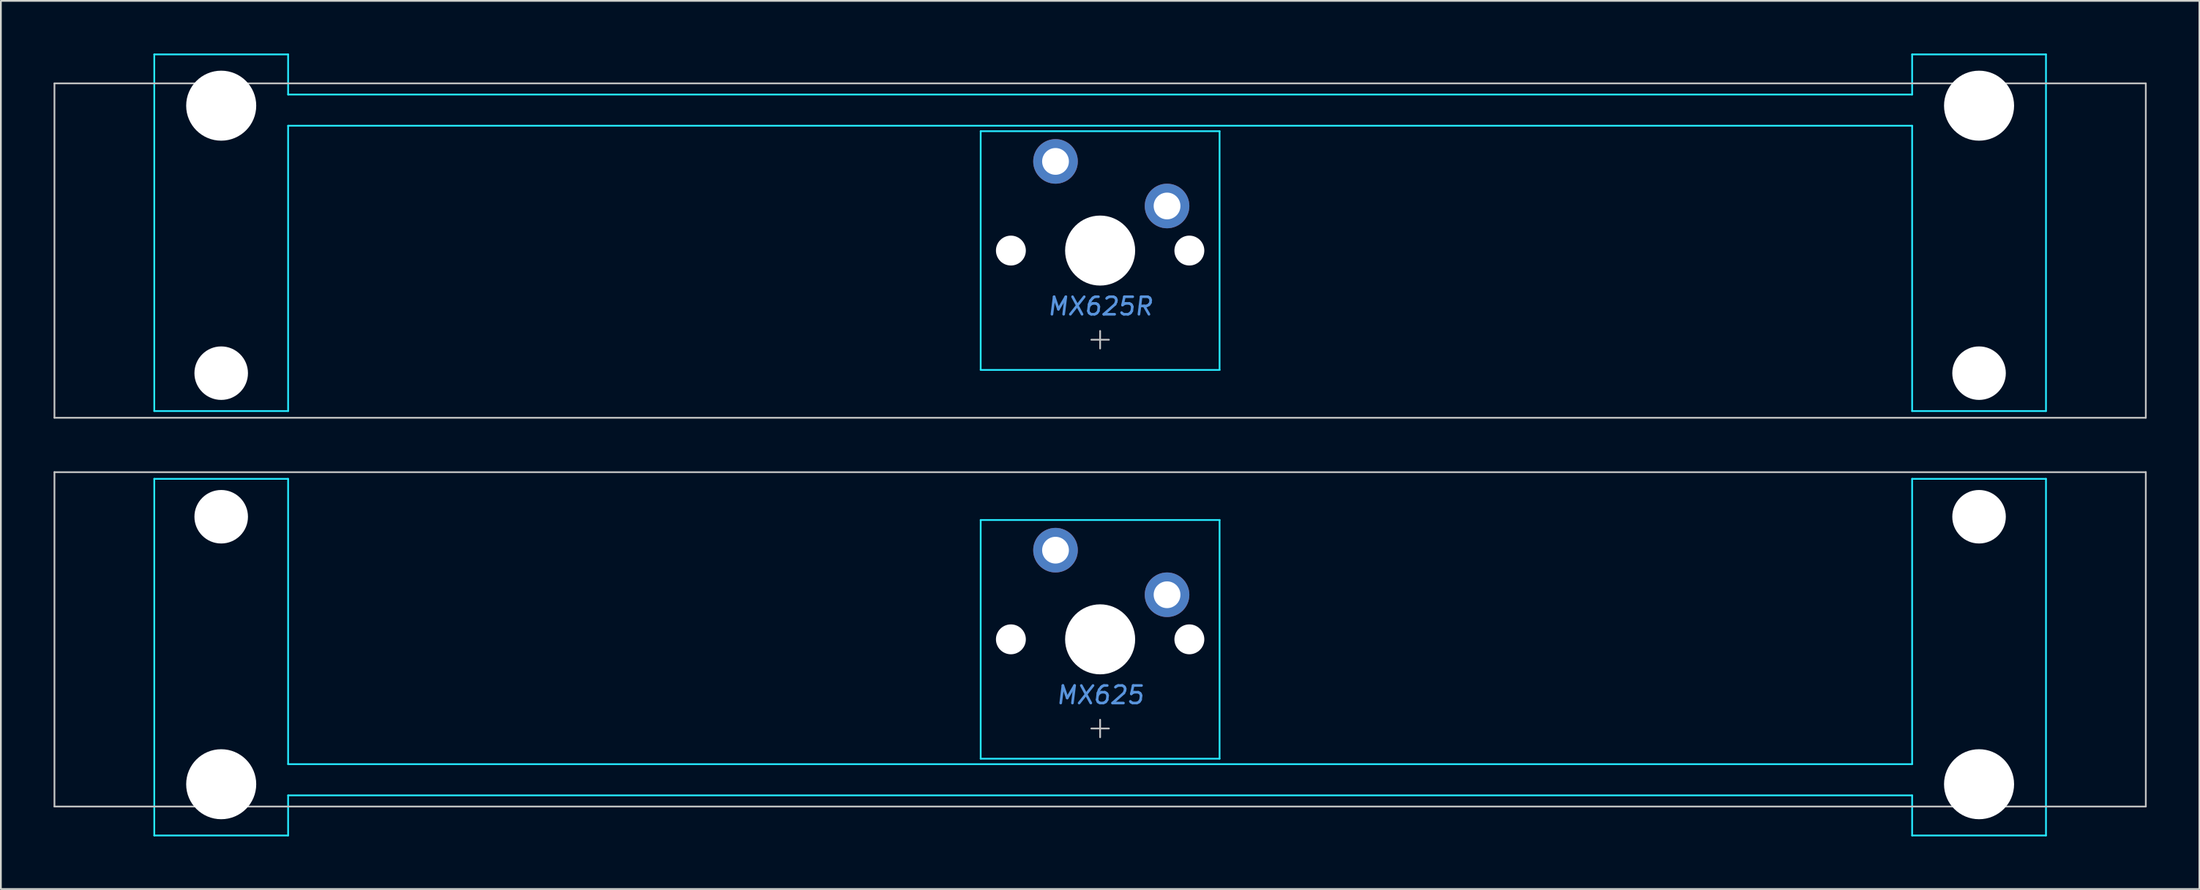
<source format=kicad_pcb>
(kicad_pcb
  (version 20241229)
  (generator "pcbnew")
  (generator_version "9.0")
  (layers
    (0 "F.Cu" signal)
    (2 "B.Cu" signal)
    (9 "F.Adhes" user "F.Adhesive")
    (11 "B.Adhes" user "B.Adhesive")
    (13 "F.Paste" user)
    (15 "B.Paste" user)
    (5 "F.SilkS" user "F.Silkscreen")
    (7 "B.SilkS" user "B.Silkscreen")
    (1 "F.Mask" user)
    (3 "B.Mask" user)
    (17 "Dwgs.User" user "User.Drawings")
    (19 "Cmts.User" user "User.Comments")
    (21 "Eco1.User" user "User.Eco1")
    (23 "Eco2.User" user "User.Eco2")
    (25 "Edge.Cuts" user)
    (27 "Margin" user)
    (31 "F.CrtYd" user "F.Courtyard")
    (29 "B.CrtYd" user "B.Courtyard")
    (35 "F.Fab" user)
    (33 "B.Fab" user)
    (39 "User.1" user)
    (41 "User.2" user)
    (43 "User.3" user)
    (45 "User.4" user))
  (footprint "MX625"
    (layer "F.Cu")
    (at 59.581 33.376)
    (property "Reference" "MX625" (at 0 3.175 0) (layer "Cmts.User") (effects (font (size 1 1) (thickness 0.15) (italic yes))))
    (attr through_hole)
    (fp_line (start -59.531 -9.525) (end -59.531 9.525) (stroke (width 0.1) (type solid)) (layer "Dwgs.User"))
    (fp_line (start -59.531 -9.525) (end 59.531 -9.525) (stroke (width 0.1) (type solid)) (layer "Dwgs.User"))
    (fp_line (start -59.531 9.525) (end 59.531 9.525) (stroke (width 0.1) (type solid)) (layer "Dwgs.User"))
    (fp_line (start -0.5 5.08) (end 0.5 5.08) (stroke (width 0.1) (type solid)) (layer "Dwgs.User"))
    (fp_line (start 0 5.58) (end 0 4.58) (stroke (width 0.1) (type solid)) (layer "Dwgs.User"))
    (fp_line (start 59.531 -9.525) (end 59.531 9.525) (stroke (width 0.1) (type solid)) (layer "Dwgs.User"))
    (fp_line (start -53.538 -5.485) (end -53.538 8.515) (stroke (width 0.1) (type solid)) (layer "Eco1.User"))
    (fp_line (start -53.038 -5.985) (end -47.038 -5.985) (stroke (width 0.1) (type solid)) (layer "Eco1.User"))
    (fp_line (start -47.038 9.015) (end -53.038 9.015) (stroke (width 0.1) (type solid)) (layer "Eco1.User"))
    (fp_line (start -46.538 8.515) (end -46.538 -5.485) (stroke (width 0.1) (type solid)) (layer "Eco1.User"))
    (fp_line (start -7 -6.5) (end -7 6.5) (stroke (width 0.1) (type solid)) (layer "Eco1.User"))
    (fp_line (start -6.5 7) (end 6.5 7) (stroke (width 0.1) (type solid)) (layer "Eco1.User"))
    (fp_line (start 6.5 -7) (end -6.5 -7) (stroke (width 0.1) (type solid)) (layer "Eco1.User"))
    (fp_line (start 7 6.5) (end 7 -6.5) (stroke (width 0.1) (type solid)) (layer "Eco1.User"))
    (fp_line (start 46.538 -5.485) (end 46.538 8.515) (stroke (width 0.1) (type solid)) (layer "Eco1.User"))
    (fp_line (start 47.038 -5.985) (end 53.038 -5.985) (stroke (width 0.1) (type solid)) (layer "Eco1.User"))
    (fp_line (start 53.038 9.015) (end 47.038 9.015) (stroke (width 0.1) (type solid)) (layer "Eco1.User"))
    (fp_line (start 53.538 8.515) (end 53.538 -5.485) (stroke (width 0.1) (type solid)) (layer "Eco1.User"))
    (fp_arc (start -53.538 -5.485) (mid -53.391553 -5.838553) (end -53.038 -5.985) (stroke (width 0.1) (type solid)) (layer "Eco1.User"))
    (fp_arc (start -53.038 9.015) (mid -53.391553 8.868553) (end -53.538 8.515) (stroke (width 0.1) (type solid)) (layer "Eco1.User"))
    (fp_arc (start -47.038 -5.985) (mid -46.684447 -5.838553) (end -46.538 -5.485) (stroke (width 0.1) (type solid)) (layer "Eco1.User"))
    (fp_arc (start -46.538 8.515) (mid -46.684447 8.868553) (end -47.038 9.015) (stroke (width 0.1) (type solid)) (layer "Eco1.User"))
    (fp_arc (start -7 -6.5) (mid -6.853553 -6.853553) (end -6.5 -7) (stroke (width 0.1) (type solid)) (layer "Eco1.User"))
    (fp_arc (start -6.5 7) (mid -6.853553 6.853553) (end -7 6.5) (stroke (width 0.1) (type solid)) (layer "Eco1.User"))
    (fp_arc (start 6.5 -7) (mid 6.853553 -6.853553) (end 7 -6.5) (stroke (width 0.1) (type solid)) (layer "Eco1.User"))
    (fp_arc (start 7 6.5) (mid 6.853553 6.853553) (end 6.5 7) (stroke (width 0.1) (type solid)) (layer "Eco1.User"))
    (fp_arc (start 46.538 -5.485) (mid 46.684447 -5.838553) (end 47.038 -5.985) (stroke (width 0.1) (type solid)) (layer "Eco1.User"))
    (fp_arc (start 47.038 9.015) (mid 46.684447 8.868553) (end 46.538 8.515) (stroke (width 0.1) (type solid)) (layer "Eco1.User"))
    (fp_arc (start 53.038 -5.985) (mid 53.391553 -5.838553) (end 53.538 -5.485) (stroke (width 0.1) (type solid)) (layer "Eco1.User"))
    (fp_arc (start 53.538 8.515) (mid 53.391553 8.868553) (end 53.038 9.015) (stroke (width 0.1) (type solid)) (layer "Eco1.User"))
    (fp_line (start -53.848 -9.144) (end -53.848 11.176) (stroke (width 0.1) (type solid)) (layer "B.CrtYd"))
    (fp_line (start -53.848 -9.144) (end -46.228 -9.144) (stroke (width 0.1) (type solid)) (layer "B.CrtYd"))
    (fp_line (start -53.848 11.176) (end -46.228 11.176) (stroke (width 0.1) (type solid)) (layer "B.CrtYd"))
    (fp_line (start -46.228 7.112) (end -46.228 -9.144) (stroke (width 0.1) (type solid)) (layer "B.CrtYd"))
    (fp_line (start -46.228 7.112) (end 46.228 7.112) (stroke (width 0.1) (type solid)) (layer "B.CrtYd"))
    (fp_line (start -46.228 8.89) (end -46.228 11.176) (stroke (width 0.1) (type solid)) (layer "B.CrtYd"))
    (fp_line (start -46.228 8.89) (end 46.228 8.89) (stroke (width 0.1) (type solid)) (layer "B.CrtYd"))
    (fp_line (start -6.8 -6.8) (end -6.8 6.8) (stroke (width 0.1) (type solid)) (layer "B.CrtYd"))
    (fp_line (start -6.8 -6.8) (end 6.8 -6.8) (stroke (width 0.1) (type solid)) (layer "B.CrtYd"))
    (fp_line (start -6.8 6.8) (end 6.8 6.8) (stroke (width 0.1) (type solid)) (layer "B.CrtYd"))
    (fp_line (start 6.8 6.8) (end 6.8 -6.8) (stroke (width 0.1) (type solid)) (layer "B.CrtYd"))
    (fp_line (start 46.228 -9.144) (end 53.848 -9.144) (stroke (width 0.1) (type solid)) (layer "B.CrtYd"))
    (fp_line (start 46.228 7.112) (end 46.228 -9.144) (stroke (width 0.1) (type solid)) (layer "B.CrtYd"))
    (fp_line (start 46.228 8.89) (end 46.228 11.176) (stroke (width 0.1) (type solid)) (layer "B.CrtYd"))
    (fp_line (start 46.228 11.176) (end 53.848 11.176) (stroke (width 0.1) (type solid)) (layer "B.CrtYd"))
    (fp_line (start 53.848 -9.144) (end 53.848 11.176) (stroke (width 0.1) (type solid)) (layer "B.CrtYd"))
    (pad "" np_thru_hole circle (at -50.038 -6.985 180) (size 3.048 3.048) (drill 3.048) (layers "*.Cu" "*.Mask"))
    (pad "" np_thru_hole circle (at -50.038 8.255 180) (size 3.988 3.988) (drill 3.988) (layers "*.Cu" "*.Mask"))
    (pad "" np_thru_hole circle (at -5.08 0) (size 1.702 1.702) (drill 1.702) (layers "*.Cu" "*.Mask"))
    (pad "" connect circle (at -2.54 -5.08) (size 1.524 1.524) (layers "B.Mask"))
    (pad "" np_thru_hole circle (at 0 0) (size 3.988 3.988) (drill 3.988) (layers "*.Cu" "*.Mask"))
    (pad "" connect circle (at 3.81 -2.54) (size 1.524 1.524) (layers "B.Mask"))
    (pad "" np_thru_hole circle (at 5.08 0) (size 1.702 1.702) (drill 1.702) (layers "*.Cu" "*.Mask"))
    (pad "" np_thru_hole circle (at 50.038 -6.985 180) (size 3.048 3.048) (drill 3.048) (layers "*.Cu" "*.Mask"))
    (pad "" np_thru_hole circle (at 50.038 8.255 180) (size 3.988 3.988) (drill 3.988) (layers "*.Cu" "*.Mask"))
    (pad "1" thru_hole circle (at -2.54 -5.08) (size 2.54 2.54) (drill 1.524) (layers "*.Cu" "F.Mask"))
    (pad "2" thru_hole circle (at 3.81 -2.54) (size 2.54 2.54) (drill 1.524) (layers "*.Cu" "F.Mask")))
  (footprint "MX625R"
    (layer "F.Cu")
    (at 59.581 11.226)
    (property "Reference" "MX625R" (at 0 3.175 0) (layer "Cmts.User") (effects (font (size 1 1) (thickness 0.15) (italic yes))))
    (attr through_hole)
    (fp_line (start -59.531 -9.525) (end -59.531 9.525) (stroke (width 0.1) (type solid)) (layer "Dwgs.User"))
    (fp_line (start -59.531 -9.525) (end 59.531 -9.525) (stroke (width 0.1) (type solid)) (layer "Dwgs.User"))
    (fp_line (start -59.531 9.525) (end 59.531 9.525) (stroke (width 0.1) (type solid)) (layer "Dwgs.User"))
    (fp_line (start -0.5 5.08) (end 0.5 5.08) (stroke (width 0.1) (type solid)) (layer "Dwgs.User"))
    (fp_line (start 0 5.58) (end 0 4.58) (stroke (width 0.1) (type solid)) (layer "Dwgs.User"))
    (fp_line (start 59.531 -9.525) (end 59.531 9.525) (stroke (width 0.1) (type solid)) (layer "Dwgs.User"))
    (fp_line (start -53.538 -8.515) (end -53.538 5.485) (stroke (width 0.1) (type solid)) (layer "Eco1.User"))
    (fp_line (start -53.038 -9.015) (end -47.038 -9.015) (stroke (width 0.1) (type solid)) (layer "Eco1.User"))
    (fp_line (start -47.038 5.985) (end -53.038 5.985) (stroke (width 0.1) (type solid)) (layer "Eco1.User"))
    (fp_line (start -46.538 5.485) (end -46.538 -8.515) (stroke (width 0.1) (type solid)) (layer "Eco1.User"))
    (fp_line (start -7 -6.5) (end -7 6.5) (stroke (width 0.1) (type solid)) (layer "Eco1.User"))
    (fp_line (start -6.5 7) (end 6.5 7) (stroke (width 0.1) (type solid)) (layer "Eco1.User"))
    (fp_line (start 6.5 -7) (end -6.5 -7) (stroke (width 0.1) (type solid)) (layer "Eco1.User"))
    (fp_line (start 7 6.5) (end 7 -6.5) (stroke (width 0.1) (type solid)) (layer "Eco1.User"))
    (fp_line (start 46.538 -8.515) (end 46.538 5.485) (stroke (width 0.1) (type solid)) (layer "Eco1.User"))
    (fp_line (start 47.038 -9.015) (end 53.038 -9.015) (stroke (width 0.1) (type solid)) (layer "Eco1.User"))
    (fp_line (start 53.038 5.985) (end 47.038 5.985) (stroke (width 0.1) (type solid)) (layer "Eco1.User"))
    (fp_line (start 53.538 5.485) (end 53.538 -8.515) (stroke (width 0.1) (type solid)) (layer "Eco1.User"))
    (fp_arc (start -53.538 -8.515) (mid -53.391553 -8.868553) (end -53.038 -9.015) (stroke (width 0.1) (type solid)) (layer "Eco1.User"))
    (fp_arc (start -53.038 5.985) (mid -53.391553 5.838553) (end -53.538 5.485) (stroke (width 0.1) (type solid)) (layer "Eco1.User"))
    (fp_arc (start -47.038 -9.015) (mid -46.684447 -8.868553) (end -46.538 -8.515) (stroke (width 0.1) (type solid)) (layer "Eco1.User"))
    (fp_arc (start -46.538 5.485) (mid -46.684447 5.838553) (end -47.038 5.985) (stroke (width 0.1) (type solid)) (layer "Eco1.User"))
    (fp_arc (start -7 -6.5) (mid -6.853553 -6.853553) (end -6.5 -7) (stroke (width 0.1) (type solid)) (layer "Eco1.User"))
    (fp_arc (start -6.5 7) (mid -6.853553 6.853553) (end -7 6.5) (stroke (width 0.1) (type solid)) (layer "Eco1.User"))
    (fp_arc (start 6.5 -7) (mid 6.853553 -6.853553) (end 7 -6.5) (stroke (width 0.1) (type solid)) (layer "Eco1.User"))
    (fp_arc (start 7 6.5) (mid 6.853553 6.853553) (end 6.5 7) (stroke (width 0.1) (type solid)) (layer "Eco1.User"))
    (fp_arc (start 46.538 -8.515) (mid 46.684447 -8.868553) (end 47.038 -9.015) (stroke (width 0.1) (type solid)) (layer "Eco1.User"))
    (fp_arc (start 47.038 5.985) (mid 46.684447 5.838553) (end 46.538 5.485) (stroke (width 0.1) (type solid)) (layer "Eco1.User"))
    (fp_arc (start 53.038 -9.015) (mid 53.391553 -8.868553) (end 53.538 -8.515) (stroke (width 0.1) (type solid)) (layer "Eco1.User"))
    (fp_arc (start 53.538 5.485) (mid 53.391553 5.838553) (end 53.038 5.985) (stroke (width 0.1) (type solid)) (layer "Eco1.User"))
    (fp_line (start -53.848 9.144) (end -53.848 -11.176) (stroke (width 0.1) (type solid)) (layer "B.CrtYd"))
    (fp_line (start -46.228 -11.176) (end -53.848 -11.176) (stroke (width 0.1) (type solid)) (layer "B.CrtYd"))
    (fp_line (start -46.228 -8.89) (end -46.228 -11.176) (stroke (width 0.1) (type solid)) (layer "B.CrtYd"))
    (fp_line (start -46.228 -7.112) (end -46.228 9.144) (stroke (width 0.1) (type solid)) (layer "B.CrtYd"))
    (fp_line (start -46.228 9.144) (end -53.848 9.144) (stroke (width 0.1) (type solid)) (layer "B.CrtYd"))
    (fp_line (start -6.8 -6.8) (end -6.8 6.8) (stroke (width 0.1) (type solid)) (layer "B.CrtYd"))
    (fp_line (start -6.8 -6.8) (end 6.8 -6.8) (stroke (width 0.1) (type solid)) (layer "B.CrtYd"))
    (fp_line (start -6.8 6.8) (end 6.8 6.8) (stroke (width 0.1) (type solid)) (layer "B.CrtYd"))
    (fp_line (start 6.8 6.8) (end 6.8 -6.8) (stroke (width 0.1) (type solid)) (layer "B.CrtYd"))
    (fp_line (start 46.228 -8.89) (end -46.228 -8.89) (stroke (width 0.1) (type solid)) (layer "B.CrtYd"))
    (fp_line (start 46.228 -8.89) (end 46.228 -11.176) (stroke (width 0.1) (type solid)) (layer "B.CrtYd"))
    (fp_line (start 46.228 -7.112) (end -46.228 -7.112) (stroke (width 0.1) (type solid)) (layer "B.CrtYd"))
    (fp_line (start 46.228 -7.112) (end 46.228 9.144) (stroke (width 0.1) (type solid)) (layer "B.CrtYd"))
    (fp_line (start 53.848 -11.176) (end 46.228 -11.176) (stroke (width 0.1) (type solid)) (layer "B.CrtYd"))
    (fp_line (start 53.848 9.144) (end 46.228 9.144) (stroke (width 0.1) (type solid)) (layer "B.CrtYd"))
    (fp_line (start 53.848 9.144) (end 53.848 -11.176) (stroke (width 0.1) (type solid)) (layer "B.CrtYd"))
    (pad "" np_thru_hole circle (at -50.038 -8.255) (size 3.988 3.988) (drill 3.988) (layers "*.Cu" "*.Mask"))
    (pad "" np_thru_hole circle (at -50.038 6.985) (size 3.048 3.048) (drill 3.048) (layers "*.Cu" "*.Mask"))
    (pad "" np_thru_hole circle (at -5.08 0) (size 1.702 1.702) (drill 1.702) (layers "*.Cu" "*.Mask"))
    (pad "" connect circle (at -2.54 -5.08) (size 1.524 1.524) (layers "B.Mask"))
    (pad "" np_thru_hole circle (at 0 0) (size 3.988 3.988) (drill 3.988) (layers "*.Cu" "*.Mask"))
    (pad "" connect circle (at 3.81 -2.54) (size 1.524 1.524) (layers "B.Mask"))
    (pad "" np_thru_hole circle (at 5.08 0) (size 1.702 1.702) (drill 1.702) (layers "*.Cu" "*.Mask"))
    (pad "" np_thru_hole circle (at 50.038 -8.255) (size 3.988 3.988) (drill 3.988) (layers "*.Cu" "*.Mask"))
    (pad "" np_thru_hole circle (at 50.038 6.985) (size 3.048 3.048) (drill 3.048) (layers "*.Cu" "*.Mask"))
    (pad "1" thru_hole circle (at -2.54 -5.08) (size 2.54 2.54) (drill 1.524) (layers "*.Cu" "F.Mask"))
    (pad "2" thru_hole circle (at 3.81 -2.54) (size 2.54 2.54) (drill 1.524) (layers "*.Cu" "F.Mask")))
  (gr_rect
    (start -3 -3)
    (end 122.162 47.602)
    (stroke (width 0.1) (type default))
    (fill no)
    (layer "Edge.Cuts")))
</source>
